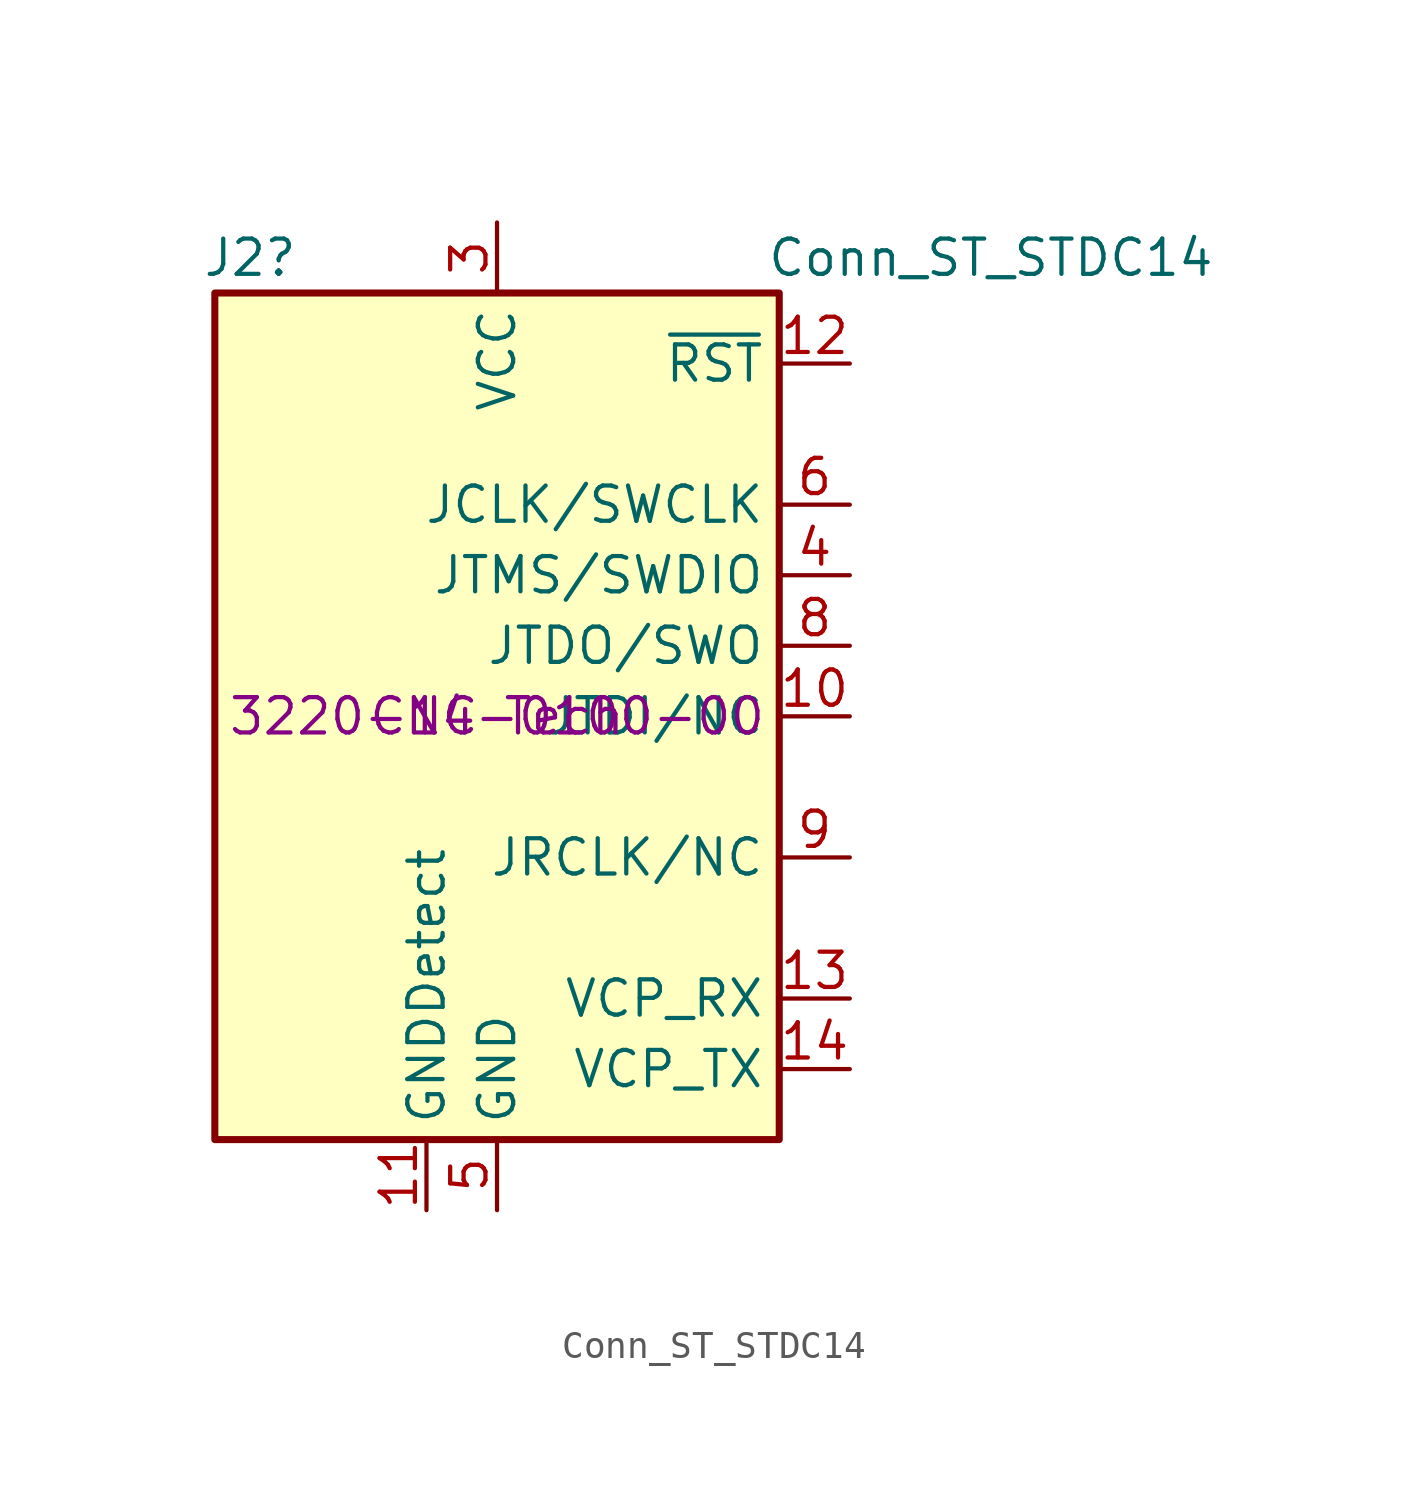
<source format=kicad_sym>
(kicad_symbol_lib
  (version 20231120)
  (generator "kicad_symbol_editor")
  (generator_version "8.0")
  (symbol "Conn_ST_STDC14"
    (property "Reference" "J2"
      (at -8.89 16.51 0)
      (effects (font (size 1.27 1.27))))
    (property "Value" "Conn_ST_STDC14"
      (at 17.78 16.51 0)
      (effects (font (size 1.27 1.27))))
    (property "ManPartN" "3220-14-0100-00"
      (at 0 0 0)
      (effects (font (size 1.27 1.27))))
    (property "Manufacturer" "CNC Tech"
      (at 0 0 0)
      (effects (font (size 1.27 1.27))))
    (symbol "Conn_ST_STDC14_0_1"
      (rectangle (start -10.16 15.24) (end 10.16 -15.24) (stroke (width 0.254) (type default)) (fill (type background))))
    (symbol "Conn_ST_STDC14_1_1"
      (pin no_connect line (at -10.16 5.08 0) (length 2.54) hide (name "NC" (effects (font (size 1.27 1.27)))) (number "1" (effects (font (size 1.27 1.27)))))
      (pin output line (at 12.7 0 180) (length 2.54) (name "JTDI/NC" (effects (font (size 1.27 1.27)))) (number "10" (effects (font (size 1.27 1.27)))))
      (pin passive line (at -2.54 -17.78 90) (length 2.54) (name "GNDDetect" (effects (font (size 1.27 1.27)))) (number "11" (effects (font (size 1.27 1.27)))))
      (pin open_collector line (at 12.7 12.7 180) (length 2.54) (name "~{RST}" (effects (font (size 1.27 1.27)))) (number "12" (effects (font (size 1.27 1.27)))))
      (pin output line (at 12.7 -10.16 180) (length 2.54) (name "VCP_RX" (effects (font (size 1.27 1.27)))) (number "13" (effects (font (size 1.27 1.27)))))
      (pin input line (at 12.7 -12.7 180) (length 2.54) (name "VCP_TX" (effects (font (size 1.27 1.27)))) (number "14" (effects (font (size 1.27 1.27)))))
      (pin no_connect line (at -10.16 2.54 0) (length 2.54) hide (name "NC" (effects (font (size 1.27 1.27)))) (number "2" (effects (font (size 1.27 1.27)))))
      (pin power_in line (at 0 17.78 270) (length 2.54) (name "VCC" (effects (font (size 1.27 1.27)))) (number "3" (effects (font (size 1.27 1.27)))))
      (pin bidirectional line (at 12.7 5.08 180) (length 2.54) (name "JTMS/SWDIO" (effects (font (size 1.27 1.27)))) (number "4" (effects (font (size 1.27 1.27)))))
      (pin power_in line (at 0 -17.78 90) (length 2.54) (name "GND" (effects (font (size 1.27 1.27)))) (number "5" (effects (font (size 1.27 1.27)))))
      (pin output line (at 12.7 7.62 180) (length 2.54) (name "JCLK/SWCLK" (effects (font (size 1.27 1.27)))) (number "6" (effects (font (size 1.27 1.27)))))
      (pin passive line (at 0 -17.78 90) (length 2.54) hide (name "GND" (effects (font (size 1.27 1.27)))) (number "7" (effects (font (size 1.27 1.27)))))
      (pin input line (at 12.7 2.54 180) (length 2.54) (name "JTDO/SWO" (effects (font (size 1.27 1.27)))) (number "8" (effects (font (size 1.27 1.27)))))
      (pin input line (at 12.7 -5.08 180) (length 2.54) (name "JRCLK/NC" (effects (font (size 1.27 1.27)))) (number "9" (effects (font (size 1.27 1.27))))))))
</source>
